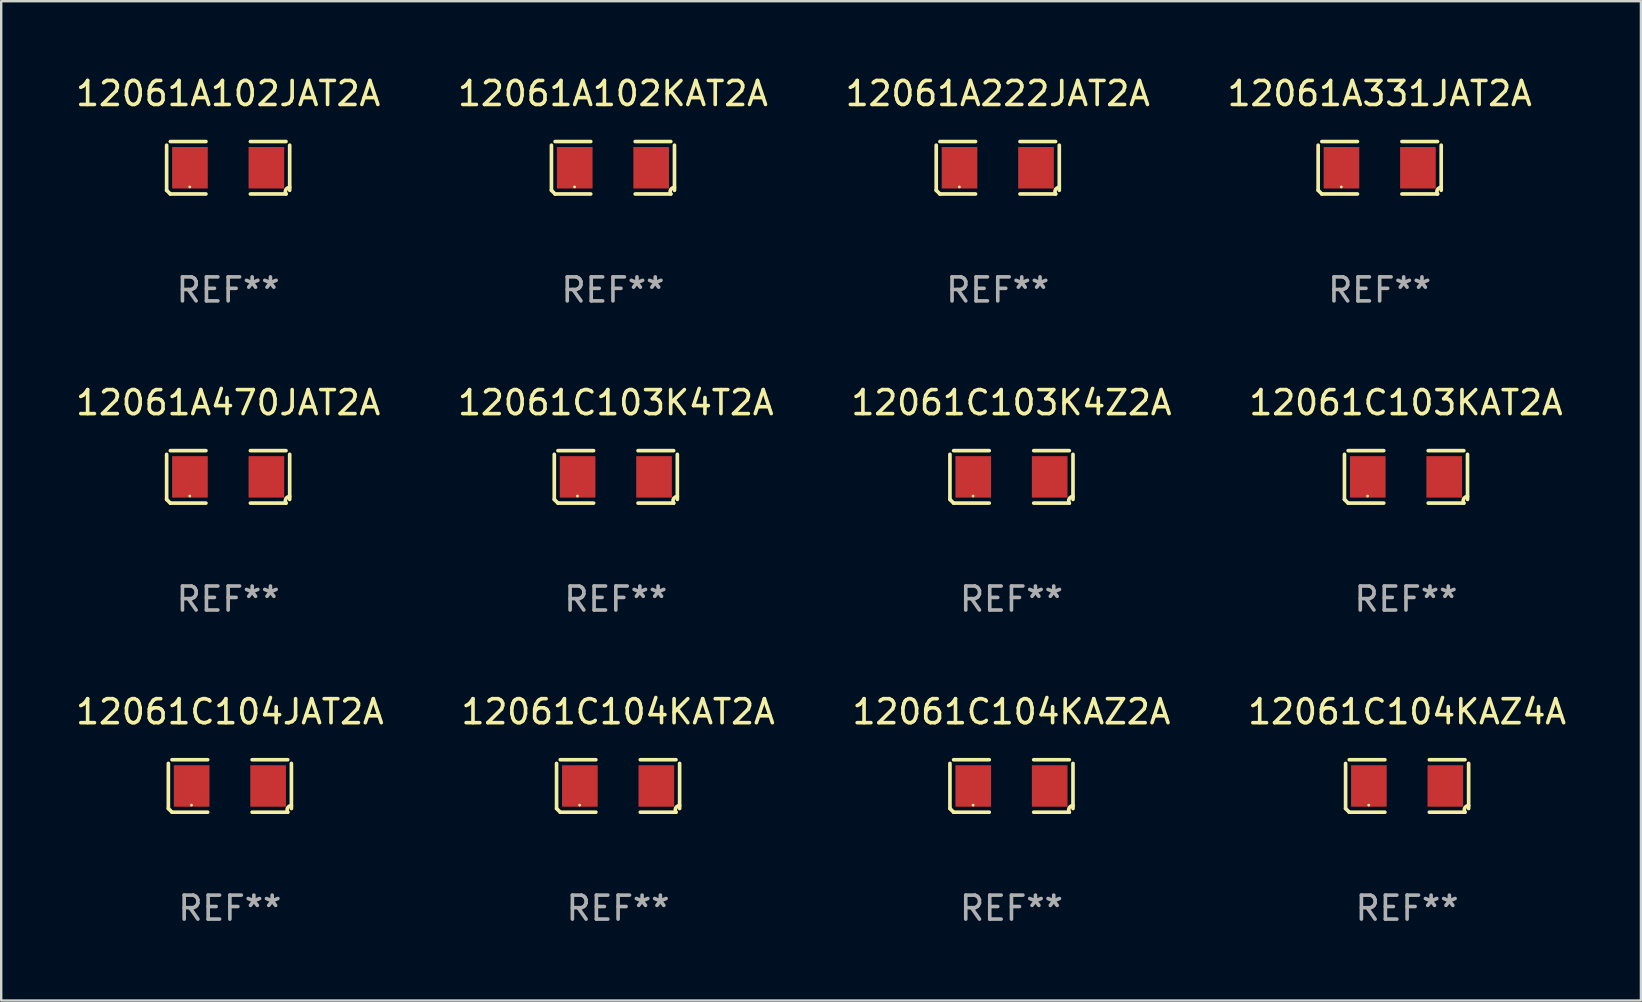
<source format=kicad_pcb>
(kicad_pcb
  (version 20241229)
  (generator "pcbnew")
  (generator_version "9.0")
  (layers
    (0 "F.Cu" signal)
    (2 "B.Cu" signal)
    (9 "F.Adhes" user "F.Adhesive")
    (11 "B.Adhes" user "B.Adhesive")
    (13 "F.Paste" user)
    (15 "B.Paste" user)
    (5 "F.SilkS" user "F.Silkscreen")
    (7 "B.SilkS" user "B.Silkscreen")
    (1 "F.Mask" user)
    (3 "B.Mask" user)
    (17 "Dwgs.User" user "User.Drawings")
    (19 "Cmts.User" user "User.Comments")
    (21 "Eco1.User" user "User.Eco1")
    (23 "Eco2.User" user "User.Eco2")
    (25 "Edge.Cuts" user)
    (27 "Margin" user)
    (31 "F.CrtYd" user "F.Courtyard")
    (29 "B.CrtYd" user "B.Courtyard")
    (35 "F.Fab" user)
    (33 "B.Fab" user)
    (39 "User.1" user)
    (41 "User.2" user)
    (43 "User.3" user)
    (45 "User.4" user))
  (footprint "12061A331JAT2A"
    (layer "F.Cu")
    (at 54.446 3.941)
    (property "Reference" "12061A331JAT2A" (at 0 -3.093 0) (layer "F.SilkS") (effects (font (size 1 1) (thickness 0.15))))
    (attr through_hole)
    (fp_line (start -2.564 0.94) (end -2.564 -0.94) (stroke (width 0.152) (type solid)) (layer "F.SilkS"))
    (fp_line (start -2.411 -1.093) (end -0.926 -1.093) (stroke (width 0.152) (type solid)) (layer "F.SilkS"))
    (fp_line (start -0.926 1.093) (end -2.411 1.093) (stroke (width 0.152) (type solid)) (layer "F.SilkS"))
    (fp_line (start 0.926 1.093) (end 2.411 1.093) (stroke (width 0.152) (type solid)) (layer "F.SilkS"))
    (fp_line (start 2.411 -1.093) (end 0.926 -1.093) (stroke (width 0.152) (type solid)) (layer "F.SilkS"))
    (fp_line (start 2.564 0.94) (end 2.564 -0.94) (stroke (width 0.152) (type solid)) (layer "F.SilkS"))
    (fp_arc (start -2.411201 1.092609) (mid -2.487413 1.01642) (end -2.563602 0.940208) (stroke (width 0.1524) (type solid)) (layer "F.SilkS"))
    (fp_arc (start 2.411201 1.092609) (mid 2.407159 0.911226) (end 2.563602 0.819347) (stroke (width 0.1524) (type solid)) (layer "F.SilkS"))
    (fp_circle (center -1.6 0.8) (end -1.57 0.8) (stroke (width 0.06) (type solid)) (fill no) (layer "F.SilkS"))
    (fp_text user "REF**" (at 0 5.093 0) (layer "F.Fab") (effects (font (size 1 1) (thickness 0.15))))
    (pad "1" smd rect (at -1.593 0) (size 1.485 1.728) (layers "F.Cu" "F.Mask" "F.Paste"))
    (pad "2" smd rect (at 1.593 0) (size 1.485 1.728) (layers "F.Cu" "F.Mask" "F.Paste")))
  (footprint "12061A102JAT2A"
    (layer "F.Cu")
    (at 6.458 3.941)
    (property "Reference" "12061A102JAT2A" (at 0 -3.093 0) (layer "F.SilkS") (effects (font (size 1 1) (thickness 0.15))))
    (attr through_hole)
    (fp_line (start -2.564 0.94) (end -2.564 -0.94) (stroke (width 0.152) (type solid)) (layer "F.SilkS"))
    (fp_line (start -2.411 -1.093) (end -0.926 -1.093) (stroke (width 0.152) (type solid)) (layer "F.SilkS"))
    (fp_line (start -0.926 1.093) (end -2.411 1.093) (stroke (width 0.152) (type solid)) (layer "F.SilkS"))
    (fp_line (start 0.926 1.093) (end 2.411 1.093) (stroke (width 0.152) (type solid)) (layer "F.SilkS"))
    (fp_line (start 2.411 -1.093) (end 0.926 -1.093) (stroke (width 0.152) (type solid)) (layer "F.SilkS"))
    (fp_line (start 2.564 0.94) (end 2.564 -0.94) (stroke (width 0.152) (type solid)) (layer "F.SilkS"))
    (fp_arc (start -2.411201 1.092609) (mid -2.487413 1.01642) (end -2.563602 0.940208) (stroke (width 0.1524) (type solid)) (layer "F.SilkS"))
    (fp_arc (start 2.411201 1.092609) (mid 2.407159 0.911226) (end 2.563602 0.819347) (stroke (width 0.1524) (type solid)) (layer "F.SilkS"))
    (fp_circle (center -1.6 0.8) (end -1.57 0.8) (stroke (width 0.06) (type solid)) (fill no) (layer "F.SilkS"))
    (fp_text user "REF**" (at 0 5.093 0) (layer "F.Fab") (effects (font (size 1 1) (thickness 0.15))))
    (pad "1" smd rect (at -1.593 0) (size 1.485 1.728) (layers "F.Cu" "F.Mask" "F.Paste"))
    (pad "2" smd rect (at 1.593 0) (size 1.485 1.728) (layers "F.Cu" "F.Mask" "F.Paste")))
  (footprint "12061C104JAT2A"
    (layer "F.Cu")
    (at 6.53 29.704)
    (property "Reference" "12061C104JAT2A" (at 0 -3.093 0) (layer "F.SilkS") (effects (font (size 1 1) (thickness 0.15))))
    (attr through_hole)
    (fp_line (start -2.564 0.94) (end -2.564 -0.94) (stroke (width 0.152) (type solid)) (layer "F.SilkS"))
    (fp_line (start -2.411 -1.093) (end -0.926 -1.093) (stroke (width 0.152) (type solid)) (layer "F.SilkS"))
    (fp_line (start -0.926 1.093) (end -2.411 1.093) (stroke (width 0.152) (type solid)) (layer "F.SilkS"))
    (fp_line (start 0.926 1.093) (end 2.411 1.093) (stroke (width 0.152) (type solid)) (layer "F.SilkS"))
    (fp_line (start 2.411 -1.093) (end 0.926 -1.093) (stroke (width 0.152) (type solid)) (layer "F.SilkS"))
    (fp_line (start 2.564 0.94) (end 2.564 -0.94) (stroke (width 0.152) (type solid)) (layer "F.SilkS"))
    (fp_arc (start -2.411201 1.092609) (mid -2.487413 1.01642) (end -2.563602 0.940208) (stroke (width 0.1524) (type solid)) (layer "F.SilkS"))
    (fp_arc (start 2.411201 1.092609) (mid 2.407159 0.911226) (end 2.563602 0.819347) (stroke (width 0.1524) (type solid)) (layer "F.SilkS"))
    (fp_circle (center -1.6 0.8) (end -1.57 0.8) (stroke (width 0.06) (type solid)) (fill no) (layer "F.SilkS"))
    (fp_text user "REF**" (at 0 5.093 0) (layer "F.Fab") (effects (font (size 1 1) (thickness 0.15))))
    (pad "1" smd rect (at -1.593 0) (size 1.485 1.728) (layers "F.Cu" "F.Mask" "F.Paste"))
    (pad "2" smd rect (at 1.593 0) (size 1.485 1.728) (layers "F.Cu" "F.Mask" "F.Paste")))
  (footprint "12061C103K4Z2A"
    (layer "F.Cu")
    (at 39.101 16.823)
    (property "Reference" "12061C103K4Z2A" (at 0 -3.093 0) (layer "F.SilkS") (effects (font (size 1 1) (thickness 0.15))))
    (attr through_hole)
    (fp_line (start -2.564 0.94) (end -2.564 -0.94) (stroke (width 0.152) (type solid)) (layer "F.SilkS"))
    (fp_line (start -2.411 -1.093) (end -0.926 -1.093) (stroke (width 0.152) (type solid)) (layer "F.SilkS"))
    (fp_line (start -0.926 1.093) (end -2.411 1.093) (stroke (width 0.152) (type solid)) (layer "F.SilkS"))
    (fp_line (start 0.926 1.093) (end 2.411 1.093) (stroke (width 0.152) (type solid)) (layer "F.SilkS"))
    (fp_line (start 2.411 -1.093) (end 0.926 -1.093) (stroke (width 0.152) (type solid)) (layer "F.SilkS"))
    (fp_line (start 2.564 0.94) (end 2.564 -0.94) (stroke (width 0.152) (type solid)) (layer "F.SilkS"))
    (fp_arc (start -2.411201 1.092609) (mid -2.487413 1.01642) (end -2.563602 0.940208) (stroke (width 0.1524) (type solid)) (layer "F.SilkS"))
    (fp_arc (start 2.411201 1.092609) (mid 2.407159 0.911226) (end 2.563602 0.819347) (stroke (width 0.1524) (type solid)) (layer "F.SilkS"))
    (fp_circle (center -1.6 0.8) (end -1.57 0.8) (stroke (width 0.06) (type solid)) (fill no) (layer "F.SilkS"))
    (fp_text user "REF**" (at 0 5.093 0) (layer "F.Fab") (effects (font (size 1 1) (thickness 0.15))))
    (pad "1" smd rect (at -1.593 0) (size 1.485 1.728) (layers "F.Cu" "F.Mask" "F.Paste"))
    (pad "2" smd rect (at 1.593 0) (size 1.485 1.728) (layers "F.Cu" "F.Mask" "F.Paste")))
  (footprint "12061C104KAZ4A"
    (layer "F.Cu")
    (at 55.589 29.704)
    (property "Reference" "12061C104KAZ4A" (at 0 -3.093 0) (layer "F.SilkS") (effects (font (size 1 1) (thickness 0.15))))
    (attr through_hole)
    (fp_line (start -2.564 0.94) (end -2.564 -0.94) (stroke (width 0.152) (type solid)) (layer "F.SilkS"))
    (fp_line (start -2.411 -1.093) (end -0.926 -1.093) (stroke (width 0.152) (type solid)) (layer "F.SilkS"))
    (fp_line (start -0.926 1.093) (end -2.411 1.093) (stroke (width 0.152) (type solid)) (layer "F.SilkS"))
    (fp_line (start 0.926 1.093) (end 2.411 1.093) (stroke (width 0.152) (type solid)) (layer "F.SilkS"))
    (fp_line (start 2.411 -1.093) (end 0.926 -1.093) (stroke (width 0.152) (type solid)) (layer "F.SilkS"))
    (fp_line (start 2.564 0.94) (end 2.564 -0.94) (stroke (width 0.152) (type solid)) (layer "F.SilkS"))
    (fp_arc (start -2.411201 1.092609) (mid -2.487413 1.01642) (end -2.563602 0.940208) (stroke (width 0.1524) (type solid)) (layer "F.SilkS"))
    (fp_arc (start 2.411201 1.092609) (mid 2.407159 0.911226) (end 2.563602 0.819347) (stroke (width 0.1524) (type solid)) (layer "F.SilkS"))
    (fp_circle (center -1.6 0.8) (end -1.57 0.8) (stroke (width 0.06) (type solid)) (fill no) (layer "F.SilkS"))
    (fp_text user "REF**" (at 0 5.093 0) (layer "F.Fab") (effects (font (size 1 1) (thickness 0.15))))
    (pad "1" smd rect (at -1.593 0) (size 1.485 1.728) (layers "F.Cu" "F.Mask" "F.Paste"))
    (pad "2" smd rect (at 1.593 0) (size 1.485 1.728) (layers "F.Cu" "F.Mask" "F.Paste")))
  (footprint "12061C103KAT2A"
    (layer "F.Cu")
    (at 55.542 16.823)
    (property "Reference" "12061C103KAT2A" (at 0 -3.093 0) (layer "F.SilkS") (effects (font (size 1 1) (thickness 0.15))))
    (attr through_hole)
    (fp_line (start -2.564 0.94) (end -2.564 -0.94) (stroke (width 0.152) (type solid)) (layer "F.SilkS"))
    (fp_line (start -2.411 -1.093) (end -0.926 -1.093) (stroke (width 0.152) (type solid)) (layer "F.SilkS"))
    (fp_line (start -0.926 1.093) (end -2.411 1.093) (stroke (width 0.152) (type solid)) (layer "F.SilkS"))
    (fp_line (start 0.926 1.093) (end 2.411 1.093) (stroke (width 0.152) (type solid)) (layer "F.SilkS"))
    (fp_line (start 2.411 -1.093) (end 0.926 -1.093) (stroke (width 0.152) (type solid)) (layer "F.SilkS"))
    (fp_line (start 2.564 0.94) (end 2.564 -0.94) (stroke (width 0.152) (type solid)) (layer "F.SilkS"))
    (fp_arc (start -2.411201 1.092609) (mid -2.487413 1.01642) (end -2.563602 0.940208) (stroke (width 0.1524) (type solid)) (layer "F.SilkS"))
    (fp_arc (start 2.411201 1.092609) (mid 2.407159 0.911226) (end 2.563602 0.819347) (stroke (width 0.1524) (type solid)) (layer "F.SilkS"))
    (fp_circle (center -1.6 0.8) (end -1.57 0.8) (stroke (width 0.06) (type solid)) (fill no) (layer "F.SilkS"))
    (fp_text user "REF**" (at 0 5.093 0) (layer "F.Fab") (effects (font (size 1 1) (thickness 0.15))))
    (pad "1" smd rect (at -1.593 0) (size 1.485 1.728) (layers "F.Cu" "F.Mask" "F.Paste"))
    (pad "2" smd rect (at 1.593 0) (size 1.485 1.728) (layers "F.Cu" "F.Mask" "F.Paste")))
  (footprint "12061A470JAT2A"
    (layer "F.Cu")
    (at 6.458 16.823)
    (property "Reference" "12061A470JAT2A" (at 0 -3.093 0) (layer "F.SilkS") (effects (font (size 1 1) (thickness 0.15))))
    (attr through_hole)
    (fp_line (start -2.564 0.94) (end -2.564 -0.94) (stroke (width 0.152) (type solid)) (layer "F.SilkS"))
    (fp_line (start -2.411 -1.093) (end -0.926 -1.093) (stroke (width 0.152) (type solid)) (layer "F.SilkS"))
    (fp_line (start -0.926 1.093) (end -2.411 1.093) (stroke (width 0.152) (type solid)) (layer "F.SilkS"))
    (fp_line (start 0.926 1.093) (end 2.411 1.093) (stroke (width 0.152) (type solid)) (layer "F.SilkS"))
    (fp_line (start 2.411 -1.093) (end 0.926 -1.093) (stroke (width 0.152) (type solid)) (layer "F.SilkS"))
    (fp_line (start 2.564 0.94) (end 2.564 -0.94) (stroke (width 0.152) (type solid)) (layer "F.SilkS"))
    (fp_arc (start -2.411201 1.092609) (mid -2.487413 1.01642) (end -2.563602 0.940208) (stroke (width 0.1524) (type solid)) (layer "F.SilkS"))
    (fp_arc (start 2.411201 1.092609) (mid 2.407159 0.911226) (end 2.563602 0.819347) (stroke (width 0.1524) (type solid)) (layer "F.SilkS"))
    (fp_circle (center -1.6 0.8) (end -1.57 0.8) (stroke (width 0.06) (type solid)) (fill no) (layer "F.SilkS"))
    (fp_text user "REF**" (at 0 5.093 0) (layer "F.Fab") (effects (font (size 1 1) (thickness 0.15))))
    (pad "1" smd rect (at -1.593 0) (size 1.485 1.728) (layers "F.Cu" "F.Mask" "F.Paste"))
    (pad "2" smd rect (at 1.593 0) (size 1.485 1.728) (layers "F.Cu" "F.Mask" "F.Paste")))
  (footprint "12061C104KAT2A"
    (layer "F.Cu")
    (at 22.708 29.704)
    (property "Reference" "12061C104KAT2A" (at 0 -3.093 0) (layer "F.SilkS") (effects (font (size 1 1) (thickness 0.15))))
    (attr through_hole)
    (fp_line (start -2.564 0.94) (end -2.564 -0.94) (stroke (width 0.152) (type solid)) (layer "F.SilkS"))
    (fp_line (start -2.411 -1.093) (end -0.926 -1.093) (stroke (width 0.152) (type solid)) (layer "F.SilkS"))
    (fp_line (start -0.926 1.093) (end -2.411 1.093) (stroke (width 0.152) (type solid)) (layer "F.SilkS"))
    (fp_line (start 0.926 1.093) (end 2.411 1.093) (stroke (width 0.152) (type solid)) (layer "F.SilkS"))
    (fp_line (start 2.411 -1.093) (end 0.926 -1.093) (stroke (width 0.152) (type solid)) (layer "F.SilkS"))
    (fp_line (start 2.564 0.94) (end 2.564 -0.94) (stroke (width 0.152) (type solid)) (layer "F.SilkS"))
    (fp_arc (start -2.411201 1.092609) (mid -2.487413 1.01642) (end -2.563602 0.940208) (stroke (width 0.1524) (type solid)) (layer "F.SilkS"))
    (fp_arc (start 2.411201 1.092609) (mid 2.407159 0.911226) (end 2.563602 0.819347) (stroke (width 0.1524) (type solid)) (layer "F.SilkS"))
    (fp_circle (center -1.6 0.8) (end -1.57 0.8) (stroke (width 0.06) (type solid)) (fill no) (layer "F.SilkS"))
    (fp_text user "REF**" (at 0 5.093 0) (layer "F.Fab") (effects (font (size 1 1) (thickness 0.15))))
    (pad "1" smd rect (at -1.593 0) (size 1.485 1.728) (layers "F.Cu" "F.Mask" "F.Paste"))
    (pad "2" smd rect (at 1.593 0) (size 1.485 1.728) (layers "F.Cu" "F.Mask" "F.Paste")))
  (footprint "12061A222JAT2A"
    (layer "F.Cu")
    (at 38.53 3.941)
    (property "Reference" "12061A222JAT2A" (at 0 -3.093 0) (layer "F.SilkS") (effects (font (size 1 1) (thickness 0.15))))
    (attr through_hole)
    (fp_line (start -2.564 0.94) (end -2.564 -0.94) (stroke (width 0.152) (type solid)) (layer "F.SilkS"))
    (fp_line (start -2.411 -1.093) (end -0.926 -1.093) (stroke (width 0.152) (type solid)) (layer "F.SilkS"))
    (fp_line (start -0.926 1.093) (end -2.411 1.093) (stroke (width 0.152) (type solid)) (layer "F.SilkS"))
    (fp_line (start 0.926 1.093) (end 2.411 1.093) (stroke (width 0.152) (type solid)) (layer "F.SilkS"))
    (fp_line (start 2.411 -1.093) (end 0.926 -1.093) (stroke (width 0.152) (type solid)) (layer "F.SilkS"))
    (fp_line (start 2.564 0.94) (end 2.564 -0.94) (stroke (width 0.152) (type solid)) (layer "F.SilkS"))
    (fp_arc (start -2.411201 1.092609) (mid -2.487413 1.01642) (end -2.563602 0.940208) (stroke (width 0.1524) (type solid)) (layer "F.SilkS"))
    (fp_arc (start 2.411201 1.092609) (mid 2.407159 0.911226) (end 2.563602 0.819347) (stroke (width 0.1524) (type solid)) (layer "F.SilkS"))
    (fp_circle (center -1.6 0.8) (end -1.57 0.8) (stroke (width 0.06) (type solid)) (fill no) (layer "F.SilkS"))
    (fp_text user "REF**" (at 0 5.093 0) (layer "F.Fab") (effects (font (size 1 1) (thickness 0.15))))
    (pad "1" smd rect (at -1.593 0) (size 1.485 1.728) (layers "F.Cu" "F.Mask" "F.Paste"))
    (pad "2" smd rect (at 1.593 0) (size 1.485 1.728) (layers "F.Cu" "F.Mask" "F.Paste")))
  (footprint "12061A102KAT2A"
    (layer "F.Cu")
    (at 22.494 3.941)
    (property "Reference" "12061A102KAT2A" (at 0 -3.093 0) (layer "F.SilkS") (effects (font (size 1 1) (thickness 0.15))))
    (attr through_hole)
    (fp_line (start -2.564 0.94) (end -2.564 -0.94) (stroke (width 0.152) (type solid)) (layer "F.SilkS"))
    (fp_line (start -2.411 -1.093) (end -0.926 -1.093) (stroke (width 0.152) (type solid)) (layer "F.SilkS"))
    (fp_line (start -0.926 1.093) (end -2.411 1.093) (stroke (width 0.152) (type solid)) (layer "F.SilkS"))
    (fp_line (start 0.926 1.093) (end 2.411 1.093) (stroke (width 0.152) (type solid)) (layer "F.SilkS"))
    (fp_line (start 2.411 -1.093) (end 0.926 -1.093) (stroke (width 0.152) (type solid)) (layer "F.SilkS"))
    (fp_line (start 2.564 0.94) (end 2.564 -0.94) (stroke (width 0.152) (type solid)) (layer "F.SilkS"))
    (fp_arc (start -2.411201 1.092609) (mid -2.487413 1.01642) (end -2.563602 0.940208) (stroke (width 0.1524) (type solid)) (layer "F.SilkS"))
    (fp_arc (start 2.411201 1.092609) (mid 2.407159 0.911226) (end 2.563602 0.819347) (stroke (width 0.1524) (type solid)) (layer "F.SilkS"))
    (fp_circle (center -1.6 0.8) (end -1.57 0.8) (stroke (width 0.06) (type solid)) (fill no) (layer "F.SilkS"))
    (fp_text user "REF**" (at 0 5.093 0) (layer "F.Fab") (effects (font (size 1 1) (thickness 0.15))))
    (pad "1" smd rect (at -1.593 0) (size 1.485 1.728) (layers "F.Cu" "F.Mask" "F.Paste"))
    (pad "2" smd rect (at 1.593 0) (size 1.485 1.728) (layers "F.Cu" "F.Mask" "F.Paste")))
  (footprint "12061C103K4T2A"
    (layer "F.Cu")
    (at 22.613 16.823)
    (property "Reference" "12061C103K4T2A" (at 0 -3.093 0) (layer "F.SilkS") (effects (font (size 1 1) (thickness 0.15))))
    (attr through_hole)
    (fp_line (start -2.564 0.94) (end -2.564 -0.94) (stroke (width 0.152) (type solid)) (layer "F.SilkS"))
    (fp_line (start -2.411 -1.093) (end -0.926 -1.093) (stroke (width 0.152) (type solid)) (layer "F.SilkS"))
    (fp_line (start -0.926 1.093) (end -2.411 1.093) (stroke (width 0.152) (type solid)) (layer "F.SilkS"))
    (fp_line (start 0.926 1.093) (end 2.411 1.093) (stroke (width 0.152) (type solid)) (layer "F.SilkS"))
    (fp_line (start 2.411 -1.093) (end 0.926 -1.093) (stroke (width 0.152) (type solid)) (layer "F.SilkS"))
    (fp_line (start 2.564 0.94) (end 2.564 -0.94) (stroke (width 0.152) (type solid)) (layer "F.SilkS"))
    (fp_arc (start -2.411201 1.092609) (mid -2.487413 1.01642) (end -2.563602 0.940208) (stroke (width 0.1524) (type solid)) (layer "F.SilkS"))
    (fp_arc (start 2.411201 1.092609) (mid 2.407159 0.911226) (end 2.563602 0.819347) (stroke (width 0.1524) (type solid)) (layer "F.SilkS"))
    (fp_circle (center -1.6 0.8) (end -1.57 0.8) (stroke (width 0.06) (type solid)) (fill no) (layer "F.SilkS"))
    (fp_text user "REF**" (at 0 5.093 0) (layer "F.Fab") (effects (font (size 1 1) (thickness 0.15))))
    (pad "1" smd rect (at -1.593 0) (size 1.485 1.728) (layers "F.Cu" "F.Mask" "F.Paste"))
    (pad "2" smd rect (at 1.593 0) (size 1.485 1.728) (layers "F.Cu" "F.Mask" "F.Paste")))
  (footprint "12061C104KAZ2A"
    (layer "F.Cu")
    (at 39.101 29.704)
    (property "Reference" "12061C104KAZ2A" (at 0 -3.093 0) (layer "F.SilkS") (effects (font (size 1 1) (thickness 0.15))))
    (attr through_hole)
    (fp_line (start -2.564 0.94) (end -2.564 -0.94) (stroke (width 0.152) (type solid)) (layer "F.SilkS"))
    (fp_line (start -2.411 -1.093) (end -0.926 -1.093) (stroke (width 0.152) (type solid)) (layer "F.SilkS"))
    (fp_line (start -0.926 1.093) (end -2.411 1.093) (stroke (width 0.152) (type solid)) (layer "F.SilkS"))
    (fp_line (start 0.926 1.093) (end 2.411 1.093) (stroke (width 0.152) (type solid)) (layer "F.SilkS"))
    (fp_line (start 2.411 -1.093) (end 0.926 -1.093) (stroke (width 0.152) (type solid)) (layer "F.SilkS"))
    (fp_line (start 2.564 0.94) (end 2.564 -0.94) (stroke (width 0.152) (type solid)) (layer "F.SilkS"))
    (fp_arc (start -2.411201 1.092609) (mid -2.487413 1.01642) (end -2.563602 0.940208) (stroke (width 0.1524) (type solid)) (layer "F.SilkS"))
    (fp_arc (start 2.411201 1.092609) (mid 2.407159 0.911226) (end 2.563602 0.819347) (stroke (width 0.1524) (type solid)) (layer "F.SilkS"))
    (fp_circle (center -1.6 0.8) (end -1.57 0.8) (stroke (width 0.06) (type solid)) (fill no) (layer "F.SilkS"))
    (fp_text user "REF**" (at 0 5.093 0) (layer "F.Fab") (effects (font (size 1 1) (thickness 0.15))))
    (pad "1" smd rect (at -1.593 0) (size 1.485 1.728) (layers "F.Cu" "F.Mask" "F.Paste"))
    (pad "2" smd rect (at 1.593 0) (size 1.485 1.728) (layers "F.Cu" "F.Mask" "F.Paste")))
  (gr_rect
    (start -3 -3)
    (end 65.333 38.645)
    (stroke (width 0.1) (type default))
    (fill no)
    (layer "Edge.Cuts")))
</source>
